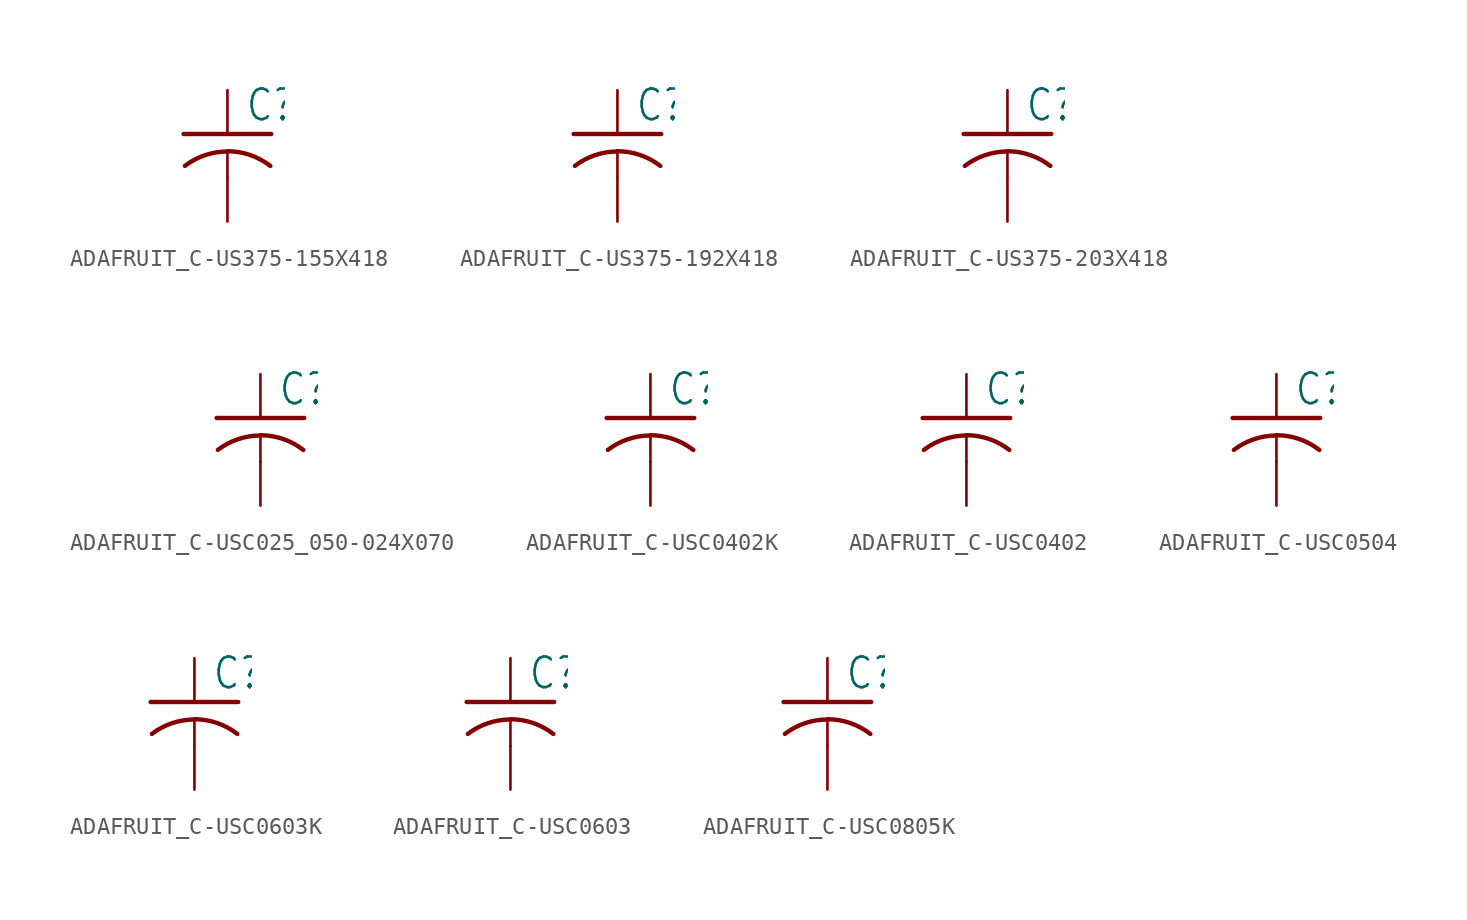
<source format=kicad_sym>
(kicad_symbol_lib
  (version 20231120)
  (generator "kicad_symbol_editor")
  (generator_version "8.0")
  (symbol "ADAFRUIT_C-US375-155X418"
    (property "Reference" "C"
      (at 1.016 0.635 0)
      (effects (font (size 1.778 1.511)) (justify left bottom)))
    (property "Value" ""
      (at 1.016 -4.191 0)
      (effects (font (size 1.778 1.511)) (justify left bottom)))
    (property "ki_locked" ""
      (at 0 0 0)
      (effects (font (size 1.27 1.27))))
    (symbol "ADAFRUIT_C-US375-155X418_1_0"
      (arc (start 0 -1.0161) (mid -1.302 -1.2303) (end -2.4668 -1.8504) (stroke (width 0.254) (type solid)) (fill (type none)))
      (polyline (pts (xy -2.54 0) (xy 2.54 0)) (stroke (width 0.254) (type solid)) (fill (type none)))
      (polyline (pts (xy 0 -1.016) (xy 0 -2.54)) (stroke (width 0.152) (type solid)) (fill (type none)))
      (polyline (pts (xy 0 -1.016) (xy 0 -1.016)) (stroke (width 0.152) (type solid)) (fill (type none)))
      (arc (start 2.4892 -1.8541) (mid 1.3158 -1.2194) (end 0 -1) (stroke (width 0.254) (type solid)) (fill (type none)))
      (pin passive line (at 0 2.54 270) (length 2.54) (name "1" (effects (font (size 0 0)))) (number "1" (effects (font (size 0 0)))))
      (pin passive line (at 0 -5.08 90) (length 2.54) (name "2" (effects (font (size 0 0)))) (number "2" (effects (font (size 0 0)))))))
  (symbol "ADAFRUIT_C-US375-192X418"
    (property "Reference" "C"
      (at 1.016 0.635 0)
      (effects (font (size 1.778 1.511)) (justify left bottom)))
    (property "Value" ""
      (at 1.016 -4.191 0)
      (effects (font (size 1.778 1.511)) (justify left bottom)))
    (property "ki_locked" ""
      (at 0 0 0)
      (effects (font (size 1.27 1.27))))
    (symbol "ADAFRUIT_C-US375-192X418_1_0"
      (arc (start 0 -1.0161) (mid -1.302 -1.2303) (end -2.4668 -1.8504) (stroke (width 0.254) (type solid)) (fill (type none)))
      (polyline (pts (xy -2.54 0) (xy 2.54 0)) (stroke (width 0.254) (type solid)) (fill (type none)))
      (polyline (pts (xy 0 -1.016) (xy 0 -2.54)) (stroke (width 0.152) (type solid)) (fill (type none)))
      (polyline (pts (xy 0 -1.016) (xy 0 -1.016)) (stroke (width 0.152) (type solid)) (fill (type none)))
      (arc (start 2.4892 -1.8541) (mid 1.3158 -1.2194) (end 0 -1) (stroke (width 0.254) (type solid)) (fill (type none)))
      (pin passive line (at 0 2.54 270) (length 2.54) (name "1" (effects (font (size 0 0)))) (number "1" (effects (font (size 0 0)))))
      (pin passive line (at 0 -5.08 90) (length 2.54) (name "2" (effects (font (size 0 0)))) (number "2" (effects (font (size 0 0)))))))
  (symbol "ADAFRUIT_C-US375-203X418"
    (property "Reference" "C"
      (at 1.016 0.635 0)
      (effects (font (size 1.778 1.511)) (justify left bottom)))
    (property "Value" ""
      (at 1.016 -4.191 0)
      (effects (font (size 1.778 1.511)) (justify left bottom)))
    (property "ki_locked" ""
      (at 0 0 0)
      (effects (font (size 1.27 1.27))))
    (symbol "ADAFRUIT_C-US375-203X418_1_0"
      (arc (start 0 -1.0161) (mid -1.302 -1.2303) (end -2.4668 -1.8504) (stroke (width 0.254) (type solid)) (fill (type none)))
      (polyline (pts (xy -2.54 0) (xy 2.54 0)) (stroke (width 0.254) (type solid)) (fill (type none)))
      (polyline (pts (xy 0 -1.016) (xy 0 -2.54)) (stroke (width 0.152) (type solid)) (fill (type none)))
      (polyline (pts (xy 0 -1.016) (xy 0 -1.016)) (stroke (width 0.152) (type solid)) (fill (type none)))
      (arc (start 2.4892 -1.8541) (mid 1.3158 -1.2194) (end 0 -1) (stroke (width 0.254) (type solid)) (fill (type none)))
      (pin passive line (at 0 2.54 270) (length 2.54) (name "1" (effects (font (size 0 0)))) (number "1" (effects (font (size 0 0)))))
      (pin passive line (at 0 -5.08 90) (length 2.54) (name "2" (effects (font (size 0 0)))) (number "2" (effects (font (size 0 0)))))))
  (symbol "ADAFRUIT_C-USC025_050-024X070"
    (property "Reference" "C"
      (at 1.016 0.635 0)
      (effects (font (size 1.778 1.511)) (justify left bottom)))
    (property "Value" ""
      (at 1.016 -4.191 0)
      (effects (font (size 1.778 1.511)) (justify left bottom)))
    (property "ki_locked" ""
      (at 0 0 0)
      (effects (font (size 1.27 1.27))))
    (symbol "ADAFRUIT_C-USC025_050-024X070_1_0"
      (arc (start 0 -1.0161) (mid -1.302 -1.2303) (end -2.4668 -1.8504) (stroke (width 0.254) (type solid)) (fill (type none)))
      (polyline (pts (xy -2.54 0) (xy 2.54 0)) (stroke (width 0.254) (type solid)) (fill (type none)))
      (polyline (pts (xy 0 -1.016) (xy 0 -2.54)) (stroke (width 0.152) (type solid)) (fill (type none)))
      (polyline (pts (xy 0 -1.016) (xy 0 -1.016)) (stroke (width 0.152) (type solid)) (fill (type none)))
      (arc (start 2.4892 -1.8541) (mid 1.3158 -1.2194) (end 0 -1) (stroke (width 0.254) (type solid)) (fill (type none)))
      (pin passive line (at 0 2.54 270) (length 2.54) (name "1" (effects (font (size 0 0)))) (number "1" (effects (font (size 0 0)))))
      (pin passive line (at 0 -5.08 90) (length 2.54) (name "2" (effects (font (size 0 0)))) (number "2" (effects (font (size 0 0)))))))
  (symbol "ADAFRUIT_C-USC0402K"
    (property "Reference" "C"
      (at 1.016 0.635 0)
      (effects (font (size 1.778 1.511)) (justify left bottom)))
    (property "Value" ""
      (at 1.016 -4.191 0)
      (effects (font (size 1.778 1.511)) (justify left bottom)))
    (property "ki_locked" ""
      (at 0 0 0)
      (effects (font (size 1.27 1.27))))
    (symbol "ADAFRUIT_C-USC0402K_1_0"
      (arc (start 0 -1.0161) (mid -1.302 -1.2303) (end -2.4668 -1.8504) (stroke (width 0.254) (type solid)) (fill (type none)))
      (polyline (pts (xy -2.54 0) (xy 2.54 0)) (stroke (width 0.254) (type solid)) (fill (type none)))
      (polyline (pts (xy 0 -1.016) (xy 0 -2.54)) (stroke (width 0.152) (type solid)) (fill (type none)))
      (polyline (pts (xy 0 -1.016) (xy 0 -1.016)) (stroke (width 0.152) (type solid)) (fill (type none)))
      (arc (start 2.4892 -1.8541) (mid 1.3158 -1.2194) (end 0 -1) (stroke (width 0.254) (type solid)) (fill (type none)))
      (pin passive line (at 0 2.54 270) (length 2.54) (name "1" (effects (font (size 0 0)))) (number "1" (effects (font (size 0 0)))))
      (pin passive line (at 0 -5.08 90) (length 2.54) (name "2" (effects (font (size 0 0)))) (number "2" (effects (font (size 0 0)))))))
  (symbol "ADAFRUIT_C-USC0402"
    (property "Reference" "C"
      (at 1.016 0.635 0)
      (effects (font (size 1.778 1.511)) (justify left bottom)))
    (property "Value" ""
      (at 1.016 -4.191 0)
      (effects (font (size 1.778 1.511)) (justify left bottom)))
    (property "ki_locked" ""
      (at 0 0 0)
      (effects (font (size 1.27 1.27))))
    (symbol "ADAFRUIT_C-USC0402_1_0"
      (arc (start 0 -1.0161) (mid -1.302 -1.2303) (end -2.4668 -1.8504) (stroke (width 0.254) (type solid)) (fill (type none)))
      (polyline (pts (xy -2.54 0) (xy 2.54 0)) (stroke (width 0.254) (type solid)) (fill (type none)))
      (polyline (pts (xy 0 -1.016) (xy 0 -2.54)) (stroke (width 0.152) (type solid)) (fill (type none)))
      (polyline (pts (xy 0 -1.016) (xy 0 -1.016)) (stroke (width 0.152) (type solid)) (fill (type none)))
      (arc (start 2.4892 -1.8541) (mid 1.3158 -1.2194) (end 0 -1) (stroke (width 0.254) (type solid)) (fill (type none)))
      (pin passive line (at 0 2.54 270) (length 2.54) (name "1" (effects (font (size 0 0)))) (number "1" (effects (font (size 0 0)))))
      (pin passive line (at 0 -5.08 90) (length 2.54) (name "2" (effects (font (size 0 0)))) (number "2" (effects (font (size 0 0)))))))
  (symbol "ADAFRUIT_C-USC0504"
    (property "Reference" "C"
      (at 1.016 0.635 0)
      (effects (font (size 1.778 1.511)) (justify left bottom)))
    (property "Value" ""
      (at 1.016 -4.191 0)
      (effects (font (size 1.778 1.511)) (justify left bottom)))
    (property "ki_locked" ""
      (at 0 0 0)
      (effects (font (size 1.27 1.27))))
    (symbol "ADAFRUIT_C-USC0504_1_0"
      (arc (start 0 -1.0161) (mid -1.302 -1.2303) (end -2.4668 -1.8504) (stroke (width 0.254) (type solid)) (fill (type none)))
      (polyline (pts (xy -2.54 0) (xy 2.54 0)) (stroke (width 0.254) (type solid)) (fill (type none)))
      (polyline (pts (xy 0 -1.016) (xy 0 -2.54)) (stroke (width 0.152) (type solid)) (fill (type none)))
      (polyline (pts (xy 0 -1.016) (xy 0 -1.016)) (stroke (width 0.152) (type solid)) (fill (type none)))
      (arc (start 2.4892 -1.8541) (mid 1.3158 -1.2194) (end 0 -1) (stroke (width 0.254) (type solid)) (fill (type none)))
      (pin passive line (at 0 2.54 270) (length 2.54) (name "1" (effects (font (size 0 0)))) (number "1" (effects (font (size 0 0)))))
      (pin passive line (at 0 -5.08 90) (length 2.54) (name "2" (effects (font (size 0 0)))) (number "2" (effects (font (size 0 0)))))))
  (symbol "ADAFRUIT_C-USC0603K"
    (property "Reference" "C"
      (at 1.016 0.635 0)
      (effects (font (size 1.778 1.511)) (justify left bottom)))
    (property "Value" ""
      (at 1.016 -4.191 0)
      (effects (font (size 1.778 1.511)) (justify left bottom)))
    (property "ki_locked" ""
      (at 0 0 0)
      (effects (font (size 1.27 1.27))))
    (symbol "ADAFRUIT_C-USC0603K_1_0"
      (arc (start 0 -1.0161) (mid -1.302 -1.2303) (end -2.4668 -1.8504) (stroke (width 0.254) (type solid)) (fill (type none)))
      (polyline (pts (xy -2.54 0) (xy 2.54 0)) (stroke (width 0.254) (type solid)) (fill (type none)))
      (polyline (pts (xy 0 -1.016) (xy 0 -2.54)) (stroke (width 0.152) (type solid)) (fill (type none)))
      (polyline (pts (xy 0 -1.016) (xy 0 -1.016)) (stroke (width 0.152) (type solid)) (fill (type none)))
      (arc (start 2.4892 -1.8541) (mid 1.3158 -1.2194) (end 0 -1) (stroke (width 0.254) (type solid)) (fill (type none)))
      (pin passive line (at 0 2.54 270) (length 2.54) (name "1" (effects (font (size 0 0)))) (number "1" (effects (font (size 0 0)))))
      (pin passive line (at 0 -5.08 90) (length 2.54) (name "2" (effects (font (size 0 0)))) (number "2" (effects (font (size 0 0)))))))
  (symbol "ADAFRUIT_C-USC0603"
    (property "Reference" "C"
      (at 1.016 0.635 0)
      (effects (font (size 1.778 1.511)) (justify left bottom)))
    (property "Value" ""
      (at 1.016 -4.191 0)
      (effects (font (size 1.778 1.511)) (justify left bottom)))
    (property "ki_locked" ""
      (at 0 0 0)
      (effects (font (size 1.27 1.27))))
    (symbol "ADAFRUIT_C-USC0603_1_0"
      (arc (start 0 -1.0161) (mid -1.302 -1.2303) (end -2.4668 -1.8504) (stroke (width 0.254) (type solid)) (fill (type none)))
      (polyline (pts (xy -2.54 0) (xy 2.54 0)) (stroke (width 0.254) (type solid)) (fill (type none)))
      (polyline (pts (xy 0 -1.016) (xy 0 -2.54)) (stroke (width 0.152) (type solid)) (fill (type none)))
      (polyline (pts (xy 0 -1.016) (xy 0 -1.016)) (stroke (width 0.152) (type solid)) (fill (type none)))
      (arc (start 2.4892 -1.8541) (mid 1.3158 -1.2194) (end 0 -1) (stroke (width 0.254) (type solid)) (fill (type none)))
      (pin passive line (at 0 2.54 270) (length 2.54) (name "1" (effects (font (size 0 0)))) (number "1" (effects (font (size 0 0)))))
      (pin passive line (at 0 -5.08 90) (length 2.54) (name "2" (effects (font (size 0 0)))) (number "2" (effects (font (size 0 0)))))))
  (symbol "ADAFRUIT_C-USC0805K"
    (property "Reference" "C"
      (at 1.016 0.635 0)
      (effects (font (size 1.778 1.511)) (justify left bottom)))
    (property "Value" ""
      (at 1.016 -4.191 0)
      (effects (font (size 1.778 1.511)) (justify left bottom)))
    (property "ki_locked" ""
      (at 0 0 0)
      (effects (font (size 1.27 1.27))))
    (symbol "ADAFRUIT_C-USC0805K_1_0"
      (arc (start 0 -1.0161) (mid -1.302 -1.2303) (end -2.4668 -1.8504) (stroke (width 0.254) (type solid)) (fill (type none)))
      (polyline (pts (xy -2.54 0) (xy 2.54 0)) (stroke (width 0.254) (type solid)) (fill (type none)))
      (polyline (pts (xy 0 -1.016) (xy 0 -2.54)) (stroke (width 0.152) (type solid)) (fill (type none)))
      (polyline (pts (xy 0 -1.016) (xy 0 -1.016)) (stroke (width 0.152) (type solid)) (fill (type none)))
      (arc (start 2.4892 -1.8541) (mid 1.3158 -1.2194) (end 0 -1) (stroke (width 0.254) (type solid)) (fill (type none)))
      (pin passive line (at 0 2.54 270) (length 2.54) (name "1" (effects (font (size 0 0)))) (number "1" (effects (font (size 0 0)))))
      (pin passive line (at 0 -5.08 90) (length 2.54) (name "2" (effects (font (size 0 0)))) (number "2" (effects (font (size 0 0))))))))
</source>
